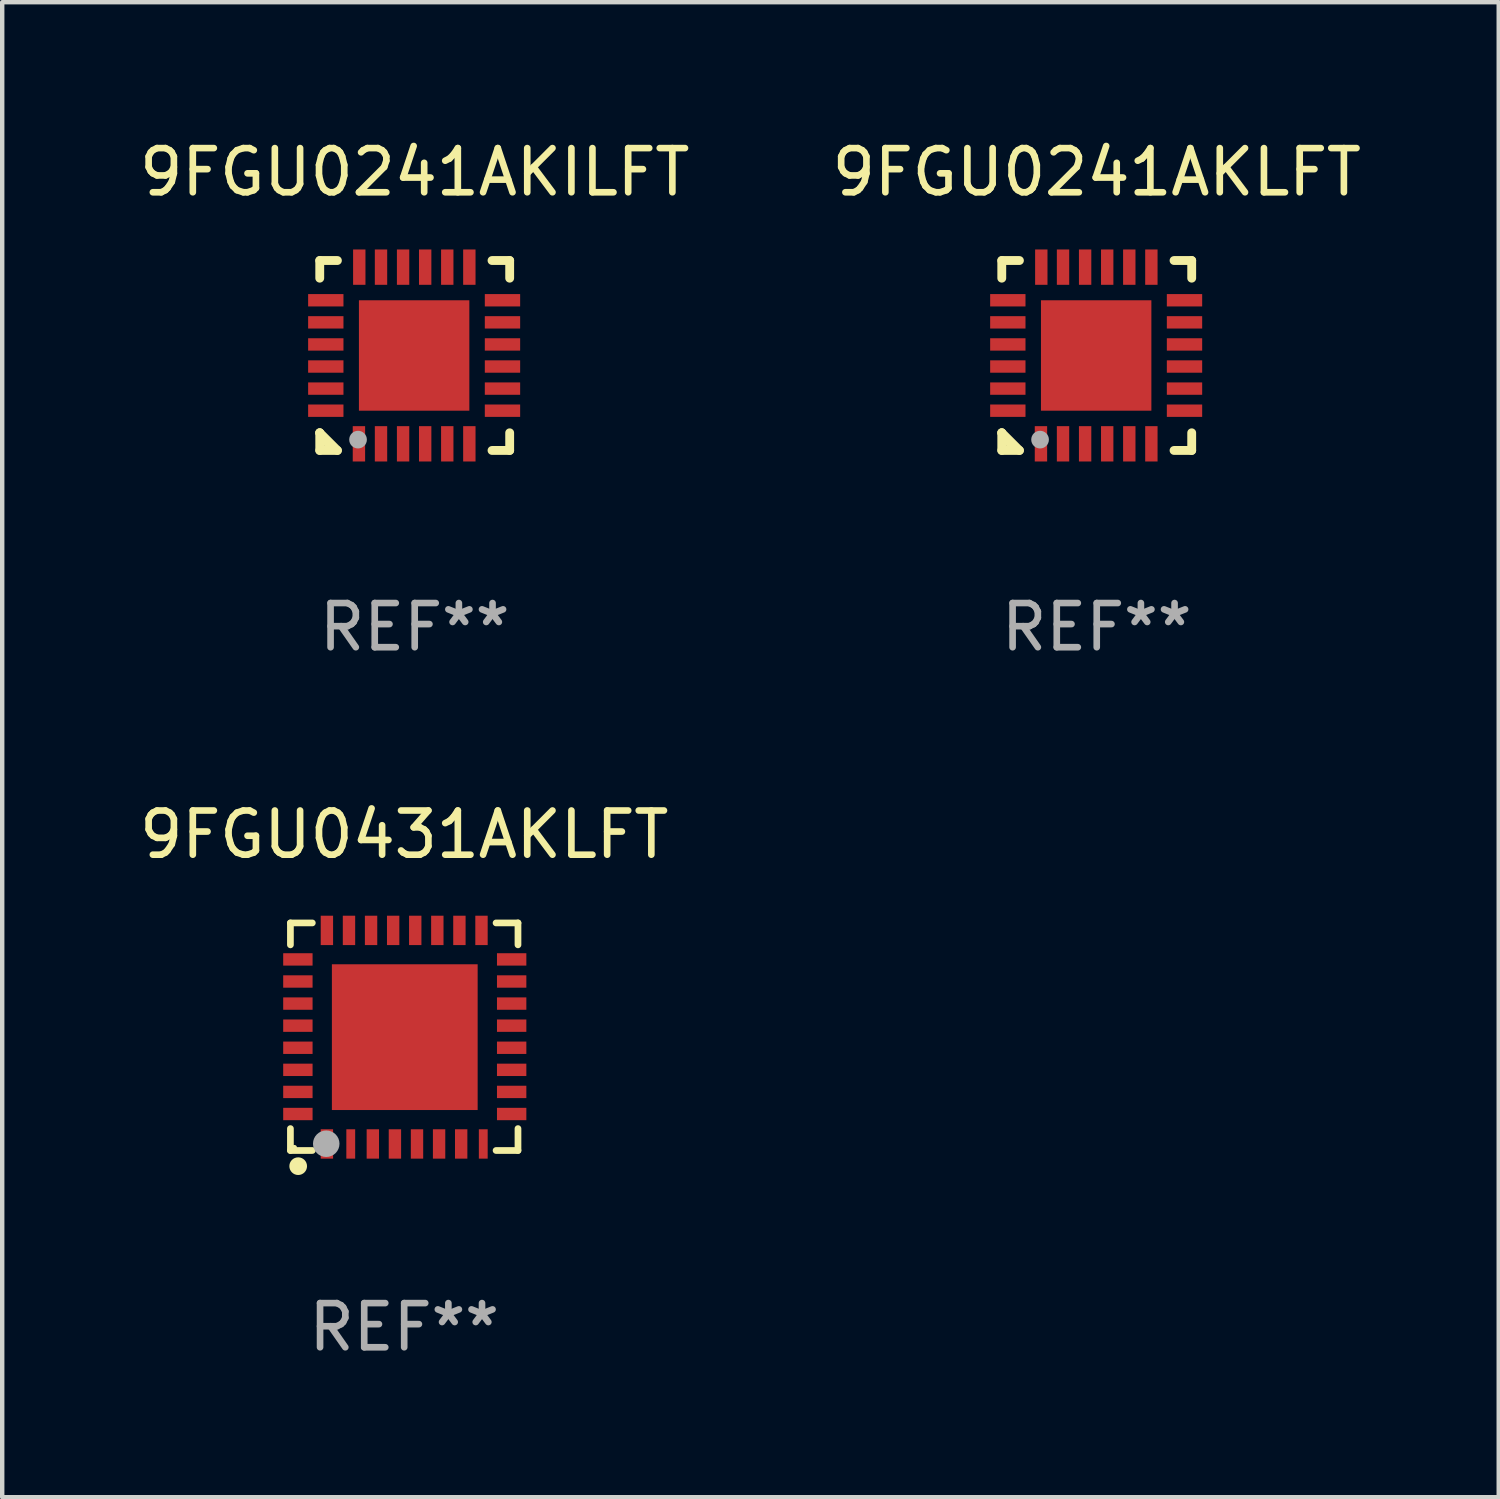
<source format=kicad_pcb>
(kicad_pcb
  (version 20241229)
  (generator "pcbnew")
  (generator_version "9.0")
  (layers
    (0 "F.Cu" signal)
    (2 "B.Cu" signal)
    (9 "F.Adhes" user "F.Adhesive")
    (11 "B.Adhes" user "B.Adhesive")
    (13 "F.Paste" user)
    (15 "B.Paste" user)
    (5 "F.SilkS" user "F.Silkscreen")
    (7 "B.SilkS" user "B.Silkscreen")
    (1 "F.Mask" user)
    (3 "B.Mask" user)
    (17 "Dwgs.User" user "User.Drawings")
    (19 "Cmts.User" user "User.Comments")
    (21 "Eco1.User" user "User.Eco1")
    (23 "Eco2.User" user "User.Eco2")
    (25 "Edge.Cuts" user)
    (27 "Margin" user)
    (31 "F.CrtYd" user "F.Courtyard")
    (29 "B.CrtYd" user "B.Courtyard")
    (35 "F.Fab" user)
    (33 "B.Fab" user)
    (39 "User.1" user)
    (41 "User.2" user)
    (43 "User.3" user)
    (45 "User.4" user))
  (footprint "9FGU0241AKILFT"
    (layer "F.Cu")
    (at 6.339 4.998)
    (property "Reference" "9FGU0241AKILFT" (at 0 -4.15 0) (layer "F.SilkS") (effects (font (size 1 1) (thickness 0.15))))
    (attr through_hole)
    (fp_line (start -2.15 -2.15) (end -1.75 -2.15) (stroke (width 0.2) (type solid)) (layer "F.SilkS"))
    (fp_line (start -2.15 -1.75) (end -2.15 -2.15) (stroke (width 0.2) (type solid)) (layer "F.SilkS"))
    (fp_line (start -2.15 1.75) (end -2.15 1.75) (stroke (width 0.2) (type solid)) (layer "F.SilkS"))
    (fp_line (start -2.15 1.75) (end -1.75 2.15) (stroke (width 0.2) (type solid)) (layer "F.SilkS"))
    (fp_line (start -2.15 2.15) (end -2.15 1.75) (stroke (width 0.2) (type solid)) (layer "F.SilkS"))
    (fp_line (start -1.75 2.15) (end -2.15 2.15) (stroke (width 0.2) (type solid)) (layer "F.SilkS"))
    (fp_line (start 2.15 -2.15) (end 1.75 -2.15) (stroke (width 0.2) (type solid)) (layer "F.SilkS"))
    (fp_line (start 2.15 -1.75) (end 2.15 -2.15) (stroke (width 0.2) (type solid)) (layer "F.SilkS"))
    (fp_line (start 2.15 1.75) (end 2.15 2.15) (stroke (width 0.2) (type solid)) (layer "F.SilkS"))
    (fp_line (start 2.15 2.15) (end 1.75 2.15) (stroke (width 0.2) (type solid)) (layer "F.SilkS"))
    (fp_circle (center -2.013 2) (end -1.983 2) (stroke (width 0.06) (type solid)) (fill no) (layer "F.SilkS"))
    (fp_circle (center -1.283 1.905) (end -1.183 1.905) (stroke (width 0.2) (type solid)) (fill no) (layer "F.Fab"))
    (fp_text user "REF**" (at 0 6.15 0) (layer "F.Fab") (effects (font (size 1 1) (thickness 0.15))))
    (pad "1" smd rect (at -1.263 2 180) (size 0.28 0.8) (layers "F.Cu" "F.Mask" "F.Paste"))
    (pad "2" smd rect (at -0.763 2 180) (size 0.28 0.8) (layers "F.Cu" "F.Mask" "F.Paste"))
    (pad "3" smd rect (at -0.263 2 180) (size 0.28 0.8) (layers "F.Cu" "F.Mask" "F.Paste"))
    (pad "4" smd rect (at 0.237 2 180) (size 0.28 0.8) (layers "F.Cu" "F.Mask" "F.Paste"))
    (pad "5" smd rect (at 0.737 2 180) (size 0.28 0.8) (layers "F.Cu" "F.Mask" "F.Paste"))
    (pad "6" smd rect (at 1.237 2 180) (size 0.28 0.8) (layers "F.Cu" "F.Mask" "F.Paste"))
    (pad "7" smd rect (at 1.987 1.25 90) (size 0.28 0.8) (layers "F.Cu" "F.Mask" "F.Paste"))
    (pad "8" smd rect (at 1.987 0.75 90) (size 0.28 0.8) (layers "F.Cu" "F.Mask" "F.Paste"))
    (pad "9" smd rect (at 1.987 0.25 90) (size 0.28 0.8) (layers "F.Cu" "F.Mask" "F.Paste"))
    (pad "10" smd rect (at 1.987 -0.25 90) (size 0.28 0.8) (layers "F.Cu" "F.Mask" "F.Paste"))
    (pad "11" smd rect (at 1.987 -0.75 90) (size 0.28 0.8) (layers "F.Cu" "F.Mask" "F.Paste"))
    (pad "12" smd rect (at 1.987 -1.25 90) (size 0.28 0.8) (layers "F.Cu" "F.Mask" "F.Paste"))
    (pad "13" smd rect (at 1.237 -2 180) (size 0.28 0.8) (layers "F.Cu" "F.Mask" "F.Paste"))
    (pad "14" smd rect (at 0.737 -2 180) (size 0.28 0.8) (layers "F.Cu" "F.Mask" "F.Paste"))
    (pad "15" smd rect (at 0.237 -2 180) (size 0.28 0.8) (layers "F.Cu" "F.Mask" "F.Paste"))
    (pad "16" smd rect (at -0.263 -2 180) (size 0.28 0.8) (layers "F.Cu" "F.Mask" "F.Paste"))
    (pad "17" smd rect (at -0.763 -2 180) (size 0.28 0.8) (layers "F.Cu" "F.Mask" "F.Paste"))
    (pad "18" smd rect (at -1.255 -2 180) (size 0.28 0.8) (layers "F.Cu" "F.Mask" "F.Paste"))
    (pad "19" smd rect (at -2.013 -1.25 90) (size 0.28 0.8) (layers "F.Cu" "F.Mask" "F.Paste"))
    (pad "20" smd rect (at -2.013 -0.75 90) (size 0.28 0.8) (layers "F.Cu" "F.Mask" "F.Paste"))
    (pad "21" smd rect (at -2.013 -0.25 90) (size 0.28 0.8) (layers "F.Cu" "F.Mask" "F.Paste"))
    (pad "22" smd rect (at -2.013 0.25 90) (size 0.28 0.8) (layers "F.Cu" "F.Mask" "F.Paste"))
    (pad "23" smd rect (at -2.013 0.75 90) (size 0.28 0.8) (layers "F.Cu" "F.Mask" "F.Paste"))
    (pad "24" smd rect (at -2.013 1.25 90) (size 0.28 0.8) (layers "F.Cu" "F.Mask" "F.Paste"))
    (pad "25" smd rect (at -0.013 0 90) (size 2.5 2.5) (layers "F.Cu" "F.Mask" "F.Paste")))
  (footprint "9FGU0431AKLFT"
    (layer "F.Cu")
    (at 6.101 20.421)
    (property "Reference" "9FGU0431AKLFT" (at 0 -4.576 0) (layer "F.SilkS") (effects (font (size 1 1) (thickness 0.15))))
    (attr through_hole)
    (fp_line (start -2.576 -2.576) (end -2.576 -2.08) (stroke (width 0.152) (type solid)) (layer "F.SilkS"))
    (fp_line (start -2.576 2.576) (end -2.576 2.08) (stroke (width 0.152) (type solid)) (layer "F.SilkS"))
    (fp_line (start -2.08 -2.576) (end -2.576 -2.576) (stroke (width 0.152) (type solid)) (layer "F.SilkS"))
    (fp_line (start -2.08 2.576) (end -2.576 2.576) (stroke (width 0.152) (type solid)) (layer "F.SilkS"))
    (fp_line (start 2.08 -2.576) (end 2.576 -2.576) (stroke (width 0.152) (type solid)) (layer "F.SilkS"))
    (fp_line (start 2.08 2.576) (end 2.576 2.576) (stroke (width 0.152) (type solid)) (layer "F.SilkS"))
    (fp_line (start 2.576 -2.576) (end 2.576 -2.08) (stroke (width 0.152) (type solid)) (layer "F.SilkS"))
    (fp_line (start 2.576 2.576) (end 2.576 2.08) (stroke (width 0.152) (type solid)) (layer "F.SilkS"))
    (fp_circle (center -2.487 2.51) (end -2.457 2.51) (stroke (width 0.06) (type solid)) (fill no) (layer "F.SilkS"))
    (fp_circle (center -2.4 2.931) (end -2.3 2.931) (stroke (width 0.2) (type solid)) (fill no) (layer "F.SilkS"))
    (fp_circle (center -1.765 2.423) (end -1.615 2.423) (stroke (width 0.3) (type solid)) (fill no) (layer "F.Fab"))
    (fp_text user "REF**" (at 0 6.576 0) (layer "F.Fab") (effects (font (size 1 1) (thickness 0.15))))
    (pad "1" smd rect (at -1.75 2.428) (size 0.28 0.665) (layers "F.Cu" "F.Mask" "F.Paste"))
    (pad "2" smd rect (at -1.21 2.428) (size 0.2 0.665) (layers "F.Cu" "F.Mask" "F.Paste"))
    (pad "3" smd rect (at -0.71 2.428) (size 0.28 0.665) (layers "F.Cu" "F.Mask" "F.Paste"))
    (pad "4" smd rect (at -0.21 2.428) (size 0.28 0.665) (layers "F.Cu" "F.Mask" "F.Paste"))
    (pad "5" smd rect (at 0.29 2.428) (size 0.28 0.665) (layers "F.Cu" "F.Mask" "F.Paste"))
    (pad "6" smd rect (at 0.79 2.428) (size 0.28 0.665) (layers "F.Cu" "F.Mask" "F.Paste"))
    (pad "7" smd rect (at 1.29 2.428) (size 0.28 0.665) (layers "F.Cu" "F.Mask" "F.Paste"))
    (pad "8" smd rect (at 1.79 2.428) (size 0.2 0.665) (layers "F.Cu" "F.Mask" "F.Paste"))
    (pad "9" smd rect (at 2.433 1.75) (size 0.665 0.28) (layers "F.Cu" "F.Mask" "F.Paste"))
    (pad "10" smd rect (at 2.433 1.25) (size 0.665 0.28) (layers "F.Cu" "F.Mask" "F.Paste"))
    (pad "11" smd rect (at 2.433 0.75) (size 0.665 0.28) (layers "F.Cu" "F.Mask" "F.Paste"))
    (pad "12" smd rect (at 2.433 0.25) (size 0.665 0.28) (layers "F.Cu" "F.Mask" "F.Paste"))
    (pad "13" smd rect (at 2.433 -0.25) (size 0.665 0.28) (layers "F.Cu" "F.Mask" "F.Paste"))
    (pad "14" smd rect (at 2.433 -0.75) (size 0.665 0.28) (layers "F.Cu" "F.Mask" "F.Paste"))
    (pad "15" smd rect (at 2.433 -1.25) (size 0.665 0.28) (layers "F.Cu" "F.Mask" "F.Paste"))
    (pad "16" smd rect (at 2.433 -1.75) (size 0.665 0.28) (layers "F.Cu" "F.Mask" "F.Paste"))
    (pad "17" smd rect (at 1.75 -2.407) (size 0.28 0.665) (layers "F.Cu" "F.Mask" "F.Paste"))
    (pad "18" smd rect (at 1.25 -2.407) (size 0.28 0.665) (layers "F.Cu" "F.Mask" "F.Paste"))
    (pad "19" smd rect (at 0.75 -2.407) (size 0.28 0.665) (layers "F.Cu" "F.Mask" "F.Paste"))
    (pad "20" smd rect (at 0.25 -2.407) (size 0.28 0.665) (layers "F.Cu" "F.Mask" "F.Paste"))
    (pad "21" smd rect (at -0.25 -2.407) (size 0.28 0.665) (layers "F.Cu" "F.Mask" "F.Paste"))
    (pad "22" smd rect (at -0.75 -2.407) (size 0.28 0.665) (layers "F.Cu" "F.Mask" "F.Paste"))
    (pad "23" smd rect (at -1.25 -2.407) (size 0.28 0.665) (layers "F.Cu" "F.Mask" "F.Paste"))
    (pad "24" smd rect (at -1.75 -2.407) (size 0.28 0.665) (layers "F.Cu" "F.Mask" "F.Paste"))
    (pad "25" smd rect (at -2.407 -1.75) (size 0.665 0.28) (layers "F.Cu" "F.Mask" "F.Paste"))
    (pad "26" smd rect (at -2.407 -1.25) (size 0.665 0.28) (layers "F.Cu" "F.Mask" "F.Paste"))
    (pad "27" smd rect (at -2.407 -0.75) (size 0.665 0.28) (layers "F.Cu" "F.Mask" "F.Paste"))
    (pad "28" smd rect (at -2.407 -0.25) (size 0.665 0.28) (layers "F.Cu" "F.Mask" "F.Paste"))
    (pad "29" smd rect (at -2.407 0.25) (size 0.665 0.28) (layers "F.Cu" "F.Mask" "F.Paste"))
    (pad "30" smd rect (at -2.407 0.75) (size 0.665 0.28) (layers "F.Cu" "F.Mask" "F.Paste"))
    (pad "31" smd rect (at -2.407 1.25) (size 0.665 0.28) (layers "F.Cu" "F.Mask" "F.Paste"))
    (pad "32" smd rect (at -2.407 1.75) (size 0.665 0.28) (layers "F.Cu" "F.Mask" "F.Paste"))
    (pad "33" smd rect (at 0.013 0.01) (size 3.3 3.3) (layers "F.Cu" "F.Mask" "F.Paste")))
  (footprint "9FGU0241AKLFT"
    (layer "F.Cu")
    (at 21.78 4.998)
    (property "Reference" "9FGU0241AKLFT" (at 0 -4.15 0) (layer "F.SilkS") (effects (font (size 1 1) (thickness 0.15))))
    (attr through_hole)
    (fp_line (start -2.15 -2.15) (end -1.75 -2.15) (stroke (width 0.2) (type solid)) (layer "F.SilkS"))
    (fp_line (start -2.15 -1.75) (end -2.15 -2.15) (stroke (width 0.2) (type solid)) (layer "F.SilkS"))
    (fp_line (start -2.15 1.75) (end -2.15 1.75) (stroke (width 0.2) (type solid)) (layer "F.SilkS"))
    (fp_line (start -2.15 1.75) (end -1.75 2.15) (stroke (width 0.2) (type solid)) (layer "F.SilkS"))
    (fp_line (start -2.15 2.15) (end -2.15 1.75) (stroke (width 0.2) (type solid)) (layer "F.SilkS"))
    (fp_line (start -1.75 2.15) (end -2.15 2.15) (stroke (width 0.2) (type solid)) (layer "F.SilkS"))
    (fp_line (start 2.15 -2.15) (end 1.75 -2.15) (stroke (width 0.2) (type solid)) (layer "F.SilkS"))
    (fp_line (start 2.15 -1.75) (end 2.15 -2.15) (stroke (width 0.2) (type solid)) (layer "F.SilkS"))
    (fp_line (start 2.15 1.75) (end 2.15 2.15) (stroke (width 0.2) (type solid)) (layer "F.SilkS"))
    (fp_line (start 2.15 2.15) (end 1.75 2.15) (stroke (width 0.2) (type solid)) (layer "F.SilkS"))
    (fp_circle (center -2.013 2) (end -1.983 2) (stroke (width 0.06) (type solid)) (fill no) (layer "F.SilkS"))
    (fp_circle (center -1.283 1.905) (end -1.183 1.905) (stroke (width 0.2) (type solid)) (fill no) (layer "F.Fab"))
    (fp_text user "REF**" (at 0 6.15 0) (layer "F.Fab") (effects (font (size 1 1) (thickness 0.15))))
    (pad "1" smd rect (at -1.263 2 180) (size 0.28 0.8) (layers "F.Cu" "F.Mask" "F.Paste"))
    (pad "2" smd rect (at -0.763 2 180) (size 0.28 0.8) (layers "F.Cu" "F.Mask" "F.Paste"))
    (pad "3" smd rect (at -0.263 2 180) (size 0.28 0.8) (layers "F.Cu" "F.Mask" "F.Paste"))
    (pad "4" smd rect (at 0.237 2 180) (size 0.28 0.8) (layers "F.Cu" "F.Mask" "F.Paste"))
    (pad "5" smd rect (at 0.737 2 180) (size 0.28 0.8) (layers "F.Cu" "F.Mask" "F.Paste"))
    (pad "6" smd rect (at 1.237 2 180) (size 0.28 0.8) (layers "F.Cu" "F.Mask" "F.Paste"))
    (pad "7" smd rect (at 1.987 1.25 90) (size 0.28 0.8) (layers "F.Cu" "F.Mask" "F.Paste"))
    (pad "8" smd rect (at 1.987 0.75 90) (size 0.28 0.8) (layers "F.Cu" "F.Mask" "F.Paste"))
    (pad "9" smd rect (at 1.987 0.25 90) (size 0.28 0.8) (layers "F.Cu" "F.Mask" "F.Paste"))
    (pad "10" smd rect (at 1.987 -0.25 90) (size 0.28 0.8) (layers "F.Cu" "F.Mask" "F.Paste"))
    (pad "11" smd rect (at 1.987 -0.75 90) (size 0.28 0.8) (layers "F.Cu" "F.Mask" "F.Paste"))
    (pad "12" smd rect (at 1.987 -1.25 90) (size 0.28 0.8) (layers "F.Cu" "F.Mask" "F.Paste"))
    (pad "13" smd rect (at 1.237 -2 180) (size 0.28 0.8) (layers "F.Cu" "F.Mask" "F.Paste"))
    (pad "14" smd rect (at 0.737 -2 180) (size 0.28 0.8) (layers "F.Cu" "F.Mask" "F.Paste"))
    (pad "15" smd rect (at 0.237 -2 180) (size 0.28 0.8) (layers "F.Cu" "F.Mask" "F.Paste"))
    (pad "16" smd rect (at -0.263 -2 180) (size 0.28 0.8) (layers "F.Cu" "F.Mask" "F.Paste"))
    (pad "17" smd rect (at -0.763 -2 180) (size 0.28 0.8) (layers "F.Cu" "F.Mask" "F.Paste"))
    (pad "18" smd rect (at -1.255 -2 180) (size 0.28 0.8) (layers "F.Cu" "F.Mask" "F.Paste"))
    (pad "19" smd rect (at -2.013 -1.25 90) (size 0.28 0.8) (layers "F.Cu" "F.Mask" "F.Paste"))
    (pad "20" smd rect (at -2.013 -0.75 90) (size 0.28 0.8) (layers "F.Cu" "F.Mask" "F.Paste"))
    (pad "21" smd rect (at -2.013 -0.25 90) (size 0.28 0.8) (layers "F.Cu" "F.Mask" "F.Paste"))
    (pad "22" smd rect (at -2.013 0.25 90) (size 0.28 0.8) (layers "F.Cu" "F.Mask" "F.Paste"))
    (pad "23" smd rect (at -2.013 0.75 90) (size 0.28 0.8) (layers "F.Cu" "F.Mask" "F.Paste"))
    (pad "24" smd rect (at -2.013 1.25 90) (size 0.28 0.8) (layers "F.Cu" "F.Mask" "F.Paste"))
    (pad "25" smd rect (at -0.013 0 90) (size 2.5 2.5) (layers "F.Cu" "F.Mask" "F.Paste")))
  (gr_rect
    (start -3 -3)
    (end 30.881 30.846)
    (stroke (width 0.1) (type default))
    (fill no)
    (layer "Edge.Cuts")))
</source>
